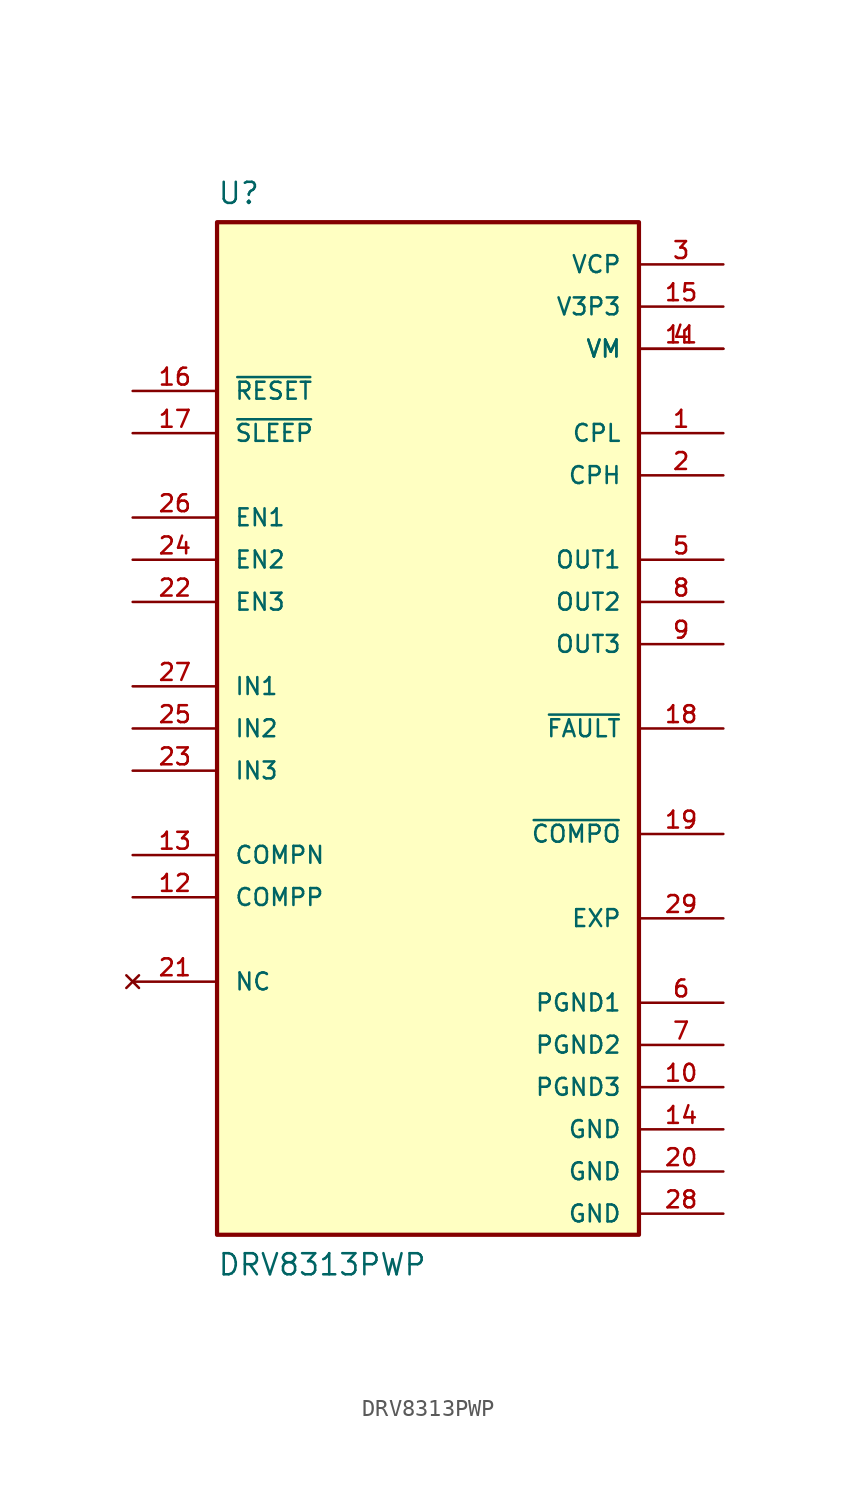
<source format=kicad_sym>
(kicad_symbol_lib
  (version 20231120)
  (generator "kicad_symbol_editor")
  (generator_version "8.0")
  (symbol "DRV8313PWP"
    (pin_names
      (offset 1.016))
    (property "Reference" "U"
      (at -12.7 31.48 0)
      (effects (font (size 1.27 1.27)) (justify left bottom)))
    (property "Value" "DRV8313PWP"
      (at -12.7 -33.02 0)
      (effects (font (size 1.27 1.27)) (justify left bottom)))
    (symbol "DRV8313PWP_0_0"
      (rectangle (start -12.7 -30.48) (end 12.7 30.48) (stroke (width 0.254) (type default)) (fill (type background)))
      (pin power_in line (at 17.78 17.78 180) (length 5.08) (name "CPL" (effects (font (size 1.016 1.016)))) (number "1" (effects (font (size 1.016 1.016)))))
      (pin power_in line (at 17.78 -21.59 180) (length 5.08) (name "PGND3" (effects (font (size 1.016 1.016)))) (number "10" (effects (font (size 1.016 1.016)))))
      (pin power_in line (at 17.78 22.86 180) (length 5.08) (name "VM" (effects (font (size 1.016 1.016)))) (number "11" (effects (font (size 1.016 1.016)))))
      (pin input line (at -17.78 -10.16 0) (length 5.08) (name "COMPP" (effects (font (size 1.016 1.016)))) (number "12" (effects (font (size 1.016 1.016)))))
      (pin input line (at -17.78 -7.62 0) (length 5.08) (name "COMPN" (effects (font (size 1.016 1.016)))) (number "13" (effects (font (size 1.016 1.016)))))
      (pin power_in line (at 17.78 -24.13 180) (length 5.08) (name "GND" (effects (font (size 1.016 1.016)))) (number "14" (effects (font (size 1.016 1.016)))))
      (pin power_in line (at 17.78 25.4 180) (length 5.08) (name "V3P3" (effects (font (size 1.016 1.016)))) (number "15" (effects (font (size 1.016 1.016)))))
      (pin input line (at -17.78 20.32 0) (length 5.08) (name "~{RESET}" (effects (font (size 1.016 1.016)))) (number "16" (effects (font (size 1.016 1.016)))))
      (pin input line (at -17.78 17.78 0) (length 5.08) (name "~{SLEEP}" (effects (font (size 1.016 1.016)))) (number "17" (effects (font (size 1.016 1.016)))))
      (pin output line (at 17.78 0 180) (length 5.08) (name "~{FAULT}" (effects (font (size 1.016 1.016)))) (number "18" (effects (font (size 1.016 1.016)))))
      (pin output line (at 17.78 -6.35 180) (length 5.08) (name "~{COMPO}" (effects (font (size 1.016 1.016)))) (number "19" (effects (font (size 1.016 1.016)))))
      (pin power_in line (at 17.78 15.24 180) (length 5.08) (name "CPH" (effects (font (size 1.016 1.016)))) (number "2" (effects (font (size 1.016 1.016)))))
      (pin power_in line (at 17.78 -26.67 180) (length 5.08) (name "GND" (effects (font (size 1.016 1.016)))) (number "20" (effects (font (size 1.016 1.016)))))
      (pin no_connect line (at -17.78 -15.24 0) (length 5.08) (name "NC" (effects (font (size 1.016 1.016)))) (number "21" (effects (font (size 1.016 1.016)))))
      (pin input line (at -17.78 7.62 0) (length 5.08) (name "EN3" (effects (font (size 1.016 1.016)))) (number "22" (effects (font (size 1.016 1.016)))))
      (pin input line (at -17.78 -2.54 0) (length 5.08) (name "IN3" (effects (font (size 1.016 1.016)))) (number "23" (effects (font (size 1.016 1.016)))))
      (pin input line (at -17.78 10.16 0) (length 5.08) (name "EN2" (effects (font (size 1.016 1.016)))) (number "24" (effects (font (size 1.016 1.016)))))
      (pin input line (at -17.78 0 0) (length 5.08) (name "IN2" (effects (font (size 1.016 1.016)))) (number "25" (effects (font (size 1.016 1.016)))))
      (pin input line (at -17.78 12.7 0) (length 5.08) (name "EN1" (effects (font (size 1.016 1.016)))) (number "26" (effects (font (size 1.016 1.016)))))
      (pin input line (at -17.78 2.54 0) (length 5.08) (name "IN1" (effects (font (size 1.016 1.016)))) (number "27" (effects (font (size 1.016 1.016)))))
      (pin power_in line (at 17.78 -29.21 180) (length 5.08) (name "GND" (effects (font (size 1.016 1.016)))) (number "28" (effects (font (size 1.016 1.016)))))
      (pin power_in line (at 17.78 -11.43 180) (length 5.08) (name "EXP" (effects (font (size 1.016 1.016)))) (number "29" (effects (font (size 1.016 1.016)))))
      (pin power_in line (at 17.78 27.94 180) (length 5.08) (name "VCP" (effects (font (size 1.016 1.016)))) (number "3" (effects (font (size 1.016 1.016)))))
      (pin power_in line (at 17.78 22.86 180) (length 5.08) (name "VM" (effects (font (size 1.016 1.016)))) (number "4" (effects (font (size 1.016 1.016)))))
      (pin output line (at 17.78 10.16 180) (length 5.08) (name "OUT1" (effects (font (size 1.016 1.016)))) (number "5" (effects (font (size 1.016 1.016)))))
      (pin power_in line (at 17.78 -16.51 180) (length 5.08) (name "PGND1" (effects (font (size 1.016 1.016)))) (number "6" (effects (font (size 1.016 1.016)))))
      (pin power_in line (at 17.78 -19.05 180) (length 5.08) (name "PGND2" (effects (font (size 1.016 1.016)))) (number "7" (effects (font (size 1.016 1.016)))))
      (pin output line (at 17.78 7.62 180) (length 5.08) (name "OUT2" (effects (font (size 1.016 1.016)))) (number "8" (effects (font (size 1.016 1.016)))))
      (pin output line (at 17.78 5.08 180) (length 5.08) (name "OUT3" (effects (font (size 1.016 1.016)))) (number "9" (effects (font (size 1.016 1.016))))))))
</source>
